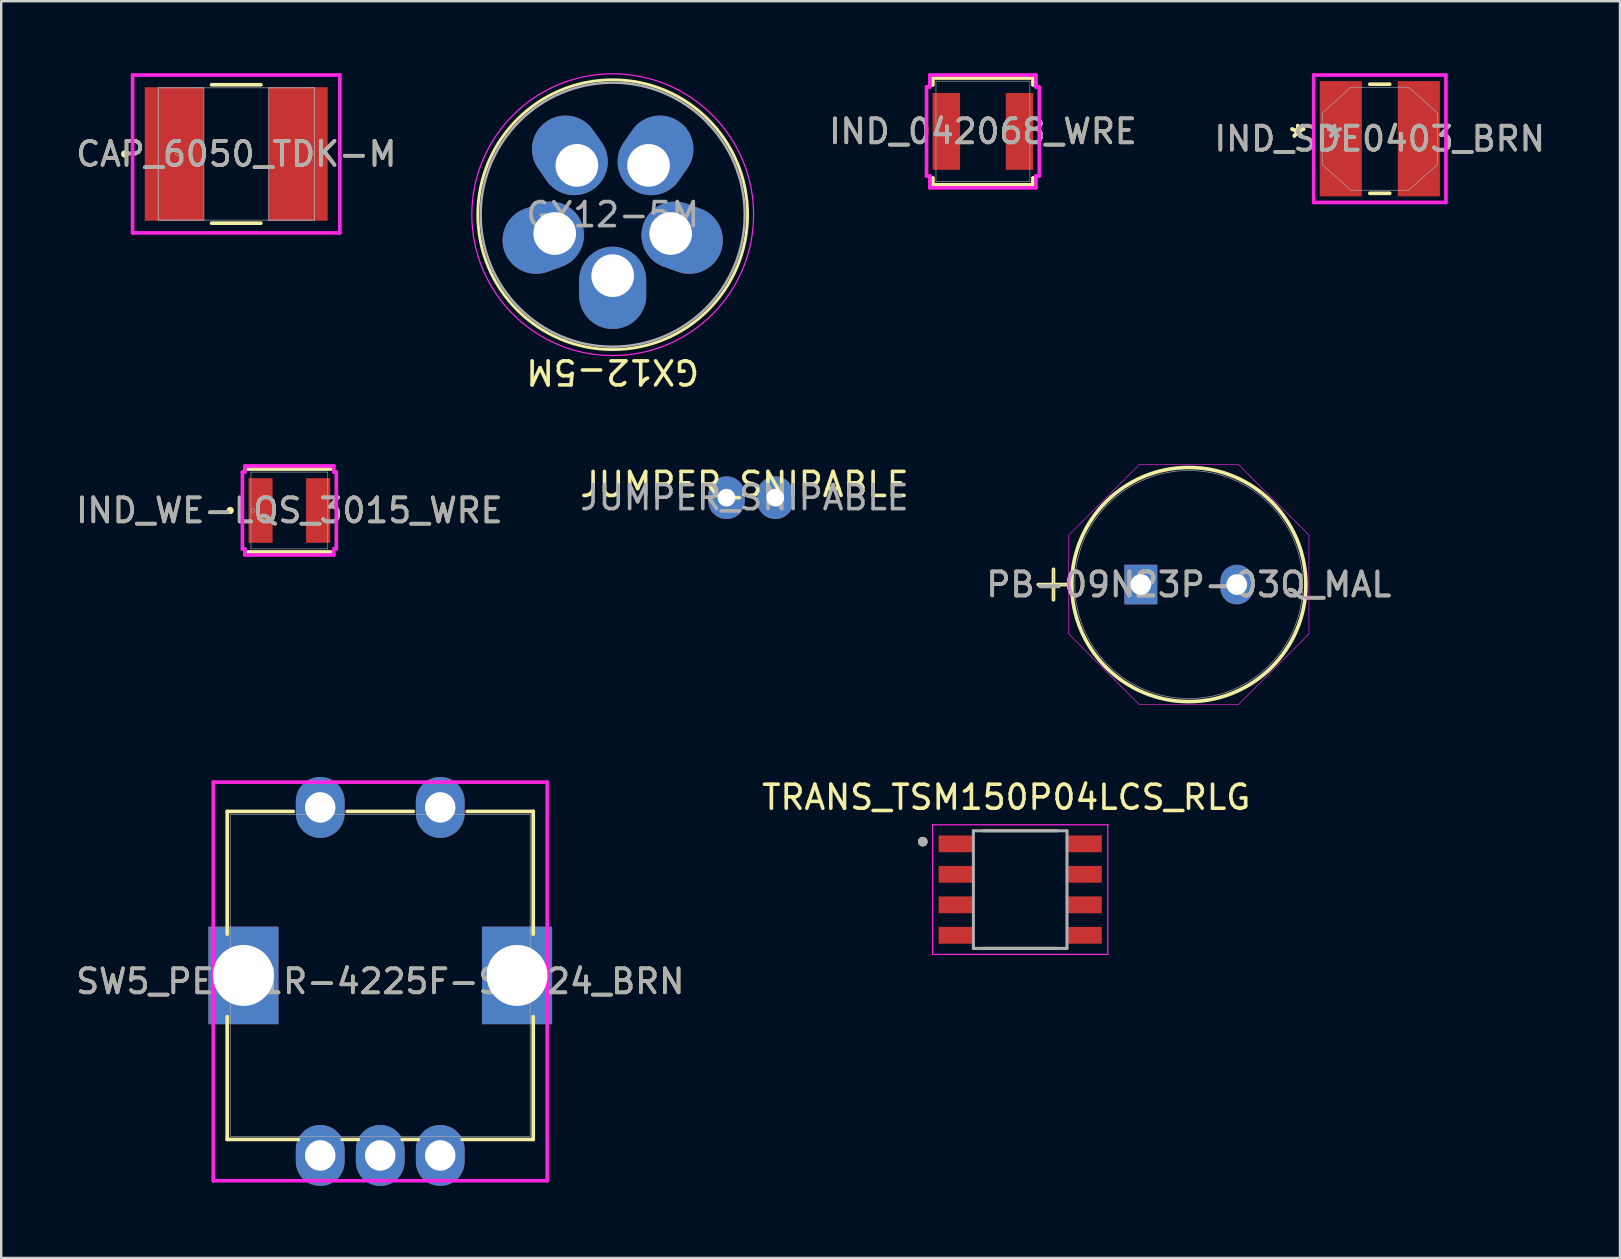
<source format=kicad_pcb>
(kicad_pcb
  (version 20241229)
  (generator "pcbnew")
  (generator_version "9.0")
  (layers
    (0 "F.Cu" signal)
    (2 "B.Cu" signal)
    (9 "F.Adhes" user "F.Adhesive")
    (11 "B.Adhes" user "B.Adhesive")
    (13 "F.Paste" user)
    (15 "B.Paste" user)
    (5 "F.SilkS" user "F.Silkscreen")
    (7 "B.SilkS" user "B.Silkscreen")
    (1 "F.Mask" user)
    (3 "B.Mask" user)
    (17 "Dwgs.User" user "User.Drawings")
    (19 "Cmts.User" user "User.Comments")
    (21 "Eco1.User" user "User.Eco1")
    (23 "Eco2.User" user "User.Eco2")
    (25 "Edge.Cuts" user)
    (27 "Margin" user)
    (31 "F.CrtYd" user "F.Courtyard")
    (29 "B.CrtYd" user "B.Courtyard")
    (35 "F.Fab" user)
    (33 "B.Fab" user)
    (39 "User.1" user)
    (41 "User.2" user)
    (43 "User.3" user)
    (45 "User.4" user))
  (footprint "CAP_6050_TDK-M"
    (layer "F.Cu")
    (at 6.792 3.365)
    (property "Reference" "CAP_6050_TDK-M" (at 0 0 0) (unlocked yes) (layer "F.SilkS") (effects (font (size 1 1) (thickness 0.15))))
    (attr smd)
    (fp_line (start -1.029 2.883) (end 1.029 2.883) (stroke (width 0.152) (type solid)) (layer "F.SilkS"))
    (fp_line (start 1.029 -2.883) (end -1.029 -2.883) (stroke (width 0.152) (type solid)) (layer "F.SilkS"))
    (fp_circle (center -4.648 0) (end -4.572 0) (stroke (width 0.152) (type solid)) (fill no) (layer "F.SilkS"))
    (fp_line (start -4.318 -3.289) (end 4.318 -3.289) (stroke (width 0.152) (type solid)) (layer "F.CrtYd"))
    (fp_line (start -4.318 3.289) (end -4.318 -3.289) (stroke (width 0.152) (type solid)) (layer "F.CrtYd"))
    (fp_line (start 4.318 -3.289) (end 4.318 3.289) (stroke (width 0.152) (type solid)) (layer "F.CrtYd"))
    (fp_line (start 4.318 3.289) (end -4.318 3.289) (stroke (width 0.152) (type solid)) (layer "F.CrtYd"))
    (fp_line (start -3.251 -2.756) (end -3.251 2.756) (stroke (width 0.025) (type solid)) (layer "F.Fab"))
    (fp_line (start -3.251 -2.756) (end -3.251 2.756) (stroke (width 0.025) (type solid)) (layer "F.Fab"))
    (fp_line (start -3.251 2.756) (end -1.346 2.756) (stroke (width 0.025) (type solid)) (layer "F.Fab"))
    (fp_line (start -3.251 2.756) (end 3.251 2.756) (stroke (width 0.025) (type solid)) (layer "F.Fab"))
    (fp_line (start -1.346 -2.756) (end -3.251 -2.756) (stroke (width 0.025) (type solid)) (layer "F.Fab"))
    (fp_line (start -1.346 2.756) (end -1.346 -2.756) (stroke (width 0.025) (type solid)) (layer "F.Fab"))
    (fp_line (start 1.346 -2.756) (end 1.346 2.756) (stroke (width 0.025) (type solid)) (layer "F.Fab"))
    (fp_line (start 1.346 2.756) (end 3.251 2.756) (stroke (width 0.025) (type solid)) (layer "F.Fab"))
    (fp_line (start 3.251 -2.756) (end -3.251 -2.756) (stroke (width 0.025) (type solid)) (layer "F.Fab"))
    (fp_line (start 3.251 -2.756) (end 1.346 -2.756) (stroke (width 0.025) (type solid)) (layer "F.Fab"))
    (fp_line (start 3.251 2.756) (end 3.251 -2.756) (stroke (width 0.025) (type solid)) (layer "F.Fab"))
    (fp_line (start 3.251 2.756) (end 3.251 -2.756) (stroke (width 0.025) (type solid)) (layer "F.Fab"))
    (fp_circle (center -2.451 0) (end -2.375 0) (stroke (width 0.025) (type solid)) (fill no) (layer "F.Fab"))
    (fp_text user "${REFERENCE}" (at 0 0 0) (unlocked yes) (layer "F.Fab") (effects (font (size 1 1) (thickness 0.15))))
    (pad "1" smd rect (at -2.578 0) (size 2.464 5.563) (layers "F.Cu" "F.Mask" "F.Paste"))
    (pad "2" smd rect (at 2.578 0) (size 2.464 5.563) (layers "F.Cu" "F.Mask" "F.Paste"))
    (zone (net_name "") (layer "F.Cu") (hatch full 0.508) (connect_pads) (min_thickness 0.254) (filled_areas_thickness no) (keepout (tracks not_allowed) (vias not_allowed) (pads allowed) (copperpour not_allowed) (footprints allowed)) (placement (enabled no)) (fill) (polygon (pts (xy 5.496 0.66) (xy 8.087 0.66) (xy 8.087 6.071) (xy 5.496 6.071)))))
  (footprint "IND_WE-LQS_3015_WRE"
    (layer "F.Cu")
    (at 9.006 18.219)
    (property "Reference" "IND_WE-LQS_3015_WRE" (at 0 0 0) (unlocked yes) (layer "F.SilkS") (effects (font (size 1 1) (thickness 0.15))))
    (attr smd)
    (fp_line (start -1.727 1.727) (end 1.727 1.727) (stroke (width 0.152) (type solid)) (layer "F.SilkS"))
    (fp_line (start 1.727 -1.727) (end -1.727 -1.727) (stroke (width 0.152) (type solid)) (layer "F.SilkS"))
    (fp_circle (center -2.464 0) (end -2.388 0) (stroke (width 0.152) (type solid)) (fill no) (layer "F.SilkS"))
    (fp_line (start -1.956 -1.6) (end -1.854 -1.6) (stroke (width 0.152) (type solid)) (layer "F.CrtYd"))
    (fp_line (start -1.956 1.6) (end -1.956 -1.6) (stroke (width 0.152) (type solid)) (layer "F.CrtYd"))
    (fp_line (start -1.854 -1.854) (end 1.854 -1.854) (stroke (width 0.152) (type solid)) (layer "F.CrtYd"))
    (fp_line (start -1.854 -1.6) (end -1.854 -1.854) (stroke (width 0.152) (type solid)) (layer "F.CrtYd"))
    (fp_line (start -1.854 1.6) (end -1.956 1.6) (stroke (width 0.152) (type solid)) (layer "F.CrtYd"))
    (fp_line (start -1.854 1.854) (end -1.854 1.6) (stroke (width 0.152) (type solid)) (layer "F.CrtYd"))
    (fp_line (start 1.854 -1.854) (end 1.854 -1.6) (stroke (width 0.152) (type solid)) (layer "F.CrtYd"))
    (fp_line (start 1.854 -1.6) (end 1.956 -1.6) (stroke (width 0.152) (type solid)) (layer "F.CrtYd"))
    (fp_line (start 1.854 1.6) (end 1.854 1.854) (stroke (width 0.152) (type solid)) (layer "F.CrtYd"))
    (fp_line (start 1.854 1.854) (end -1.854 1.854) (stroke (width 0.152) (type solid)) (layer "F.CrtYd"))
    (fp_line (start 1.956 -1.6) (end 1.956 1.6) (stroke (width 0.152) (type solid)) (layer "F.CrtYd"))
    (fp_line (start 1.956 1.6) (end 1.854 1.6) (stroke (width 0.152) (type solid)) (layer "F.CrtYd"))
    (fp_line (start -1.6 -1.6) (end -1.6 1.6) (stroke (width 0.025) (type solid)) (layer "F.Fab"))
    (fp_line (start -1.6 1.6) (end 1.6 1.6) (stroke (width 0.025) (type solid)) (layer "F.Fab"))
    (fp_line (start 1.6 -1.6) (end -1.6 -1.6) (stroke (width 0.025) (type solid)) (layer "F.Fab"))
    (fp_line (start 1.6 1.6) (end 1.6 -1.6) (stroke (width 0.025) (type solid)) (layer "F.Fab"))
    (fp_circle (center -1.524 0) (end -1.448 0) (stroke (width 0.025) (type solid)) (fill no) (layer "F.Fab"))
    (fp_text user "${REFERENCE}" (at 0 0 0) (unlocked yes) (layer "F.Fab") (effects (font (size 1 1) (thickness 0.15))))
    (pad "1" smd rect (at -1.2 0) (size 1.003 2.692) (layers "F.Cu" "F.Mask" "F.Paste"))
    (pad "2" smd rect (at 1.2 0) (size 1.003 2.692) (layers "F.Cu" "F.Mask" "F.Paste"))
    (zone (net_name "") (layer "F.Cu") (hatch full 0.508) (connect_pads) (min_thickness 0.254) (filled_areas_thickness no) (keepout (tracks not_allowed) (vias not_allowed) (pads allowed) (copperpour not_allowed) (footprints allowed)) (placement (enabled no)) (fill) (polygon (pts (xy 8.358 16.669) (xy 9.654 16.669) (xy 9.654 19.768) (xy 8.358 19.768)))))
  (footprint "GX12-5M"
    (layer "F.Cu")
    (at 22.478 5.895)
    (property "Reference" "GX12-5M" (at 0 6.545 180) (unlocked yes) (layer "F.SilkS") (effects (font (size 1 1) (thickness 0.15))))
    (fp_circle (center 0 0) (end 0 -5.62) (stroke (width 0.12) (type default)) (fill no) (layer "F.SilkS"))
    (fp_circle (center 0 0) (end 0 -5.87) (stroke (width 0.05) (type default)) (fill no) (layer "F.CrtYd"))
    (fp_circle (center 0 0) (end 0 -5.5) (stroke (width 0.1) (type default)) (fill no) (layer "F.Fab"))
    (fp_text user "${REFERENCE}" (at 0 0 180) (layer "F.Fab") (effects (font (size 1 1) (thickness 0.15))))
    (pad "1" thru_hole oval (at 1.493 -2.055 145) (size 2.794 3.429) (drill 1.778 (offset 0 0.508)) (layers "*.Cu" "*.Mask"))
    (pad "2" thru_hole oval (at 2.416 0.785 70) (size 2.794 3.429) (drill 1.778 (offset 0 0.508)) (layers "*.Cu" "*.Mask"))
    (pad "3" thru_hole oval (at 0 2.54) (size 2.794 3.429) (drill 1.778 (offset 0 0.508)) (layers "*.Cu" "*.Mask"))
    (pad "4" thru_hole oval (at -2.416 0.785 290) (size 2.794 3.429) (drill 1.778 (offset 0 0.508)) (layers "*.Cu" "*.Mask"))
    (pad "5" thru_hole oval (at -1.493 -2.055 215) (size 2.794 3.429) (drill 1.778 (offset 0 0.508)) (layers "*.Cu" "*.Mask")))
  (footprint "TRANS_TSM150P04LCS_RLG"
    (layer "F.Cu")
    (at 39.456 34.014)
    (property "Reference" "TRANS_TSM150P04LCS_RLG" (at -0.581 -3.845 0) (layer "F.SilkS") (effects (font (size 1 1) (thickness 0.15))))
    (attr smd)
    (fp_line (start -1.55 -2.45) (end 1.55 -2.45) (stroke (width 0.127) (type solid)) (layer "F.SilkS"))
    (fp_line (start -1.55 2.45) (end 1.55 2.45) (stroke (width 0.127) (type solid)) (layer "F.SilkS"))
    (fp_circle (center -4.059 -1.997) (end -3.959 -1.997) (stroke (width 0.2) (type solid)) (fill no) (layer "F.SilkS"))
    (fp_line (start -3.65 -2.7) (end -3.65 2.7) (stroke (width 0.05) (type solid)) (layer "F.CrtYd"))
    (fp_line (start -3.65 -2.7) (end 3.65 -2.7) (stroke (width 0.05) (type solid)) (layer "F.CrtYd"))
    (fp_line (start -3.65 2.7) (end 3.65 2.7) (stroke (width 0.05) (type solid)) (layer "F.CrtYd"))
    (fp_line (start 3.65 -2.7) (end 3.65 2.7) (stroke (width 0.05) (type solid)) (layer "F.CrtYd"))
    (fp_line (start -1.95 -2.45) (end -1.95 2.45) (stroke (width 0.127) (type solid)) (layer "F.Fab"))
    (fp_line (start -1.95 -2.45) (end 1.95 -2.45) (stroke (width 0.127) (type solid)) (layer "F.Fab"))
    (fp_line (start -1.95 2.45) (end 1.95 2.45) (stroke (width 0.127) (type solid)) (layer "F.Fab"))
    (fp_line (start 1.95 -2.45) (end 1.95 2.45) (stroke (width 0.127) (type solid)) (layer "F.Fab"))
    (fp_circle (center -4.059 -1.997) (end -3.959 -1.997) (stroke (width 0.2) (type solid)) (fill no) (layer "F.Fab"))
    (pad "1" smd rect (at -2.65 -1.905) (size 1.5 0.7) (layers "F.Cu" "F.Mask" "F.Paste"))
    (pad "2" smd rect (at -2.65 -0.635) (size 1.5 0.7) (layers "F.Cu" "F.Mask" "F.Paste"))
    (pad "3" smd rect (at -2.65 0.635) (size 1.5 0.7) (layers "F.Cu" "F.Mask" "F.Paste"))
    (pad "4" smd rect (at -2.65 1.905) (size 1.5 0.7) (layers "F.Cu" "F.Mask" "F.Paste"))
    (pad "5" smd rect (at 2.65 1.905) (size 1.5 0.7) (layers "F.Cu" "F.Mask" "F.Paste"))
    (pad "6" smd rect (at 2.65 0.635) (size 1.5 0.7) (layers "F.Cu" "F.Mask" "F.Paste"))
    (pad "7" smd rect (at 2.65 -0.635) (size 1.5 0.7) (layers "F.Cu" "F.Mask" "F.Paste"))
    (pad "8" smd rect (at 2.65 -1.905) (size 1.5 0.7) (layers "F.Cu" "F.Mask" "F.Paste")))
  (footprint "PB-09N23P-03Q_MAL"
    (layer "F.Cu")
    (at 44.482 21.305)
    (property "Reference" "PB-09N23P-03Q_MAL" (at 2 0 0) (unlocked yes) (layer "F.SilkS") (effects (font (size 1 1) (thickness 0.15))))
    (attr through_hole)
    (fp_line (start -4.274 0) (end -3.004 0) (stroke (width 0.152) (type solid)) (layer "F.SilkS"))
    (fp_line (start -3.639 -0.635) (end -3.639 0.635) (stroke (width 0.152) (type solid)) (layer "F.SilkS"))
    (fp_circle (center 2 0) (end 6.877 0) (stroke (width 0.152) (type solid)) (fill no) (layer "F.SilkS"))
    (fp_line (start -3.004 -2.06) (end -0.06 -5.004) (stroke (width 0.025) (type solid)) (layer "F.CrtYd"))
    (fp_line (start -3.004 2.06) (end -3.004 -2.06) (stroke (width 0.025) (type solid)) (layer "F.CrtYd"))
    (fp_line (start -0.06 -5.004) (end 4.06 -5.004) (stroke (width 0.025) (type solid)) (layer "F.CrtYd"))
    (fp_line (start -0.06 5.004) (end -3.004 2.06) (stroke (width 0.025) (type solid)) (layer "F.CrtYd"))
    (fp_line (start 4.06 -5.004) (end 7.004 -2.06) (stroke (width 0.025) (type solid)) (layer "F.CrtYd"))
    (fp_line (start 4.06 5.004) (end -0.06 5.004) (stroke (width 0.025) (type solid)) (layer "F.CrtYd"))
    (fp_line (start 7.004 -2.06) (end 7.004 2.06) (stroke (width 0.025) (type solid)) (layer "F.CrtYd"))
    (fp_line (start 7.004 2.06) (end 4.06 5.004) (stroke (width 0.025) (type solid)) (layer "F.CrtYd"))
    (fp_line (start -4.274 0) (end -3.004 0) (stroke (width 0.025) (type solid)) (layer "F.Fab"))
    (fp_line (start -3.639 -0.635) (end -3.639 0.635) (stroke (width 0.025) (type solid)) (layer "F.Fab"))
    (fp_circle (center 2 0) (end 6.75 0) (stroke (width 0.025) (type solid)) (fill no) (layer "F.Fab"))
    (fp_text user "${REFERENCE}" (at 2 0 0) (unlocked yes) (layer "F.Fab") (effects (font (size 1 1) (thickness 0.15))))
    (pad "1" thru_hole rect (at 0 0) (size 1.372 1.651) (drill 0.864) (layers "*.Cu" "*.Mask"))
    (pad "2" thru_hole oval (at 4 0) (size 1.372 1.651) (drill 0.864) (layers "*.Cu" "*.Mask")))
  (footprint "JUMPER_SNIPABLE"
    (layer "F.Cu")
    (at 27.22 17.686)
    (property "Reference" "JUMPER_SNIPABLE" (at 0.75 -0.55 0) (unlocked yes) (layer "F.SilkS") (effects (font (size 1 1) (thickness 0.15))))
    (attr through_hole)
    (fp_text user "${REFERENCE}" (at 0.75 0 0) (unlocked yes) (layer "F.Fab") (effects (font (size 1 1) (thickness 0.15))))
    (pad "1" thru_hole oval (at -0.000001 0) (size 1.524 1.778) (drill 0.737) (layers "*.Cu" "*.Mask"))
    (pad "2" thru_hole oval (at 2.032 0) (size 1.524 1.778) (drill 0.737) (layers "*.Cu" "*.Mask")))
  (footprint "IND_042068_WRE"
    (layer "F.Cu")
    (at 37.903 2.426)
    (property "Reference" "IND_042068_WRE" (at 0 0 0) (unlocked yes) (layer "F.SilkS") (effects (font (size 1 1) (thickness 0.15))))
    (attr smd)
    (fp_line (start -2.083 -2.223) (end -2.083 -1.933) (stroke (width 0.152) (type solid)) (layer "F.SilkS"))
    (fp_line (start -2.083 1.933) (end -2.083 2.223) (stroke (width 0.152) (type solid)) (layer "F.SilkS"))
    (fp_line (start -2.083 2.223) (end 2.083 2.223) (stroke (width 0.152) (type solid)) (layer "F.SilkS"))
    (fp_line (start 2.083 -2.223) (end -2.083 -2.223) (stroke (width 0.152) (type solid)) (layer "F.SilkS"))
    (fp_line (start 2.083 -1.933) (end 2.083 -2.223) (stroke (width 0.152) (type solid)) (layer "F.SilkS"))
    (fp_line (start 2.083 2.223) (end 2.083 1.933) (stroke (width 0.152) (type solid)) (layer "F.SilkS"))
    (fp_line (start -2.349 -1.854) (end -2.21 -1.854) (stroke (width 0.152) (type solid)) (layer "F.CrtYd"))
    (fp_line (start -2.349 1.854) (end -2.349 -1.854) (stroke (width 0.152) (type solid)) (layer "F.CrtYd"))
    (fp_line (start -2.21 -2.349) (end 2.21 -2.349) (stroke (width 0.152) (type solid)) (layer "F.CrtYd"))
    (fp_line (start -2.21 -1.854) (end -2.21 -2.349) (stroke (width 0.152) (type solid)) (layer "F.CrtYd"))
    (fp_line (start -2.21 1.854) (end -2.349 1.854) (stroke (width 0.152) (type solid)) (layer "F.CrtYd"))
    (fp_line (start -2.21 2.349) (end -2.21 1.854) (stroke (width 0.152) (type solid)) (layer "F.CrtYd"))
    (fp_line (start 2.21 -2.349) (end 2.21 -1.854) (stroke (width 0.152) (type solid)) (layer "F.CrtYd"))
    (fp_line (start 2.21 -1.854) (end 2.349 -1.854) (stroke (width 0.152) (type solid)) (layer "F.CrtYd"))
    (fp_line (start 2.21 1.854) (end 2.21 2.349) (stroke (width 0.152) (type solid)) (layer "F.CrtYd"))
    (fp_line (start 2.21 2.349) (end -2.21 2.349) (stroke (width 0.152) (type solid)) (layer "F.CrtYd"))
    (fp_line (start 2.349 -1.854) (end 2.349 1.854) (stroke (width 0.152) (type solid)) (layer "F.CrtYd"))
    (fp_line (start 2.349 1.854) (end 2.21 1.854) (stroke (width 0.152) (type solid)) (layer "F.CrtYd"))
    (fp_line (start -1.956 -2.095) (end -1.956 2.095) (stroke (width 0.025) (type solid)) (layer "F.Fab"))
    (fp_line (start -1.956 2.095) (end 1.956 2.095) (stroke (width 0.025) (type solid)) (layer "F.Fab"))
    (fp_line (start 1.956 -2.095) (end -1.956 -2.095) (stroke (width 0.025) (type solid)) (layer "F.Fab"))
    (fp_line (start 1.956 2.095) (end 1.956 -2.095) (stroke (width 0.025) (type solid)) (layer "F.Fab"))
    (fp_circle (center -1.88 0) (end -1.88 0) (stroke (width 0.025) (type solid)) (fill no) (layer "F.Fab"))
    (fp_text user "${REFERENCE}" (at 0 0 0) (unlocked yes) (layer "F.Fab") (effects (font (size 1 1) (thickness 0.15))))
    (pad "1" smd rect (at -1.524 0) (size 1.143 3.2) (layers "F.Cu" "F.Mask" "F.Paste"))
    (pad "2" smd rect (at 1.524 0) (size 1.143 3.2) (layers "F.Cu" "F.Mask" "F.Paste"))
    (zone (net_name "") (layer "F.Cu") (hatch full 0.508) (connect_pads) (min_thickness 0.254) (filled_areas_thickness no) (keepout (tracks not_allowed) (vias not_allowed) (pads allowed) (copperpour not_allowed) (footprints allowed)) (placement (enabled no)) (fill) (polygon (pts (xy 37.001 0.381) (xy 38.805 0.381) (xy 38.805 4.47) (xy 37.001 4.47)))))
  (footprint "IND_SDE0403_BRN"
    (layer "F.Cu")
    (at 54.439 2.731)
    (property "Reference" "IND_SDE0403_BRN" (at 0 0 0) (unlocked yes) (layer "F.SilkS") (effects (font (size 1 1) (thickness 0.15))))
    (attr smd)
    (fp_line (start -0.416 2.273) (end 0.416 2.273) (stroke (width 0.152) (type solid)) (layer "F.SilkS"))
    (fp_line (start 0.416 -2.273) (end -0.416 -2.273) (stroke (width 0.152) (type solid)) (layer "F.SilkS"))
    (fp_line (start -2.755 -2.654) (end 2.755 -2.654) (stroke (width 0.152) (type solid)) (layer "F.CrtYd"))
    (fp_line (start -2.755 2.654) (end -2.755 -2.654) (stroke (width 0.152) (type solid)) (layer "F.CrtYd"))
    (fp_line (start 2.755 -2.654) (end 2.755 2.654) (stroke (width 0.152) (type solid)) (layer "F.CrtYd"))
    (fp_line (start 2.755 2.654) (end -2.755 2.654) (stroke (width 0.152) (type solid)) (layer "F.CrtYd"))
    (fp_line (start -2.4 -1.073) (end -2.4 1.073) (stroke (width 0.025) (type solid)) (layer "F.Fab"))
    (fp_line (start -2.4 1.073) (end -1.2 2.146) (stroke (width 0.025) (type solid)) (layer "F.Fab"))
    (fp_line (start -1.2 -2.146) (end -2.4 -1.073) (stroke (width 0.025) (type solid)) (layer "F.Fab"))
    (fp_line (start -1.2 2.146) (end 1.2 2.146) (stroke (width 0.025) (type solid)) (layer "F.Fab"))
    (fp_line (start 1.2 -2.146) (end -1.2 -2.146) (stroke (width 0.025) (type solid)) (layer "F.Fab"))
    (fp_line (start 1.2 2.146) (end 2.4 1.073) (stroke (width 0.025) (type solid)) (layer "F.Fab"))
    (fp_line (start 2.4 -1.073) (end 1.2 -2.146) (stroke (width 0.025) (type solid)) (layer "F.Fab"))
    (fp_line (start 2.4 1.073) (end 2.4 -1.073) (stroke (width 0.025) (type solid)) (layer "F.Fab"))
    (fp_text user "*" (at -3.416 0 0) (unlocked yes) (layer "F.SilkS") (effects (font (size 1 1) (thickness 0.15))))
    (fp_text user "*" (at -3.416 0 0) (layer "F.SilkS") (effects (font (size 1 1) (thickness 0.15))))
    (fp_text user "${REFERENCE}" (at 0 0 0) (unlocked yes) (layer "F.Fab") (effects (font (size 1 1) (thickness 0.15))))
    (fp_text user "*" (at -1.892 0 0) (layer "F.Fab") (effects (font (size 1 1) (thickness 0.15))))
    (fp_text user "*" (at -1.892 0 0) (unlocked yes) (layer "F.Fab") (effects (font (size 1 1) (thickness 0.15))))
    (pad "1" smd rect (at -1.625 0) (size 1.753 4.801) (layers "F.Cu" "F.Mask" "F.Paste"))
    (pad "2" smd rect (at 1.625 0) (size 1.753 4.801) (layers "F.Cu" "F.Mask" "F.Paste")))
  (footprint "SW5_PEC11R-4225F-S0024_BRN"
    (layer "F.Cu")
    (at 12.792 37.591)
    (property "Reference" "SW5_PEC11R-4225F-S0024_BRN" (at 0 0.25 0) (unlocked yes) (layer "F.SilkS") (effects (font (size 1 1) (thickness 0.15))))
    (attr smd)
    (fp_line (start -6.375 -6.833) (end -6.375 -1.717) (stroke (width 0.152) (type solid)) (layer "F.SilkS"))
    (fp_line (start -6.375 1.717) (end -6.375 6.833) (stroke (width 0.152) (type solid)) (layer "F.SilkS"))
    (fp_line (start -6.375 6.833) (end -3.415 6.833) (stroke (width 0.152) (type solid)) (layer "F.SilkS"))
    (fp_line (start -3.62 -6.833) (end -6.375 -6.833) (stroke (width 0.152) (type solid)) (layer "F.SilkS"))
    (fp_line (start -1.585 6.833) (end -0.915 6.833) (stroke (width 0.152) (type solid)) (layer "F.SilkS"))
    (fp_line (start 0.915 6.833) (end 1.585 6.833) (stroke (width 0.152) (type solid)) (layer "F.SilkS"))
    (fp_line (start 1.38 -6.833) (end -1.38 -6.833) (stroke (width 0.152) (type solid)) (layer "F.SilkS"))
    (fp_line (start 3.415 6.833) (end 6.375 6.833) (stroke (width 0.152) (type solid)) (layer "F.SilkS"))
    (fp_line (start 6.375 -6.833) (end 3.62 -6.833) (stroke (width 0.152) (type solid)) (layer "F.SilkS"))
    (fp_line (start 6.375 -1.717) (end 6.375 -6.833) (stroke (width 0.152) (type solid)) (layer "F.SilkS"))
    (fp_line (start 6.375 6.833) (end 6.375 1.717) (stroke (width 0.152) (type solid)) (layer "F.SilkS"))
    (fp_line (start -6.957 -8.054) (end -6.957 8.554) (stroke (width 0.152) (type solid)) (layer "F.CrtYd"))
    (fp_line (start -6.957 8.554) (end 6.957 8.554) (stroke (width 0.152) (type solid)) (layer "F.CrtYd"))
    (fp_line (start 6.957 -8.054) (end -6.957 -8.054) (stroke (width 0.152) (type solid)) (layer "F.CrtYd"))
    (fp_line (start 6.957 8.554) (end 6.957 -8.054) (stroke (width 0.152) (type solid)) (layer "F.CrtYd"))
    (fp_line (start -6.248 -6.706) (end -6.248 6.706) (stroke (width 0.025) (type solid)) (layer "F.Fab"))
    (fp_line (start -6.248 6.706) (end 6.248 6.706) (stroke (width 0.025) (type solid)) (layer "F.Fab"))
    (fp_line (start 6.248 -6.706) (end -6.248 -6.706) (stroke (width 0.025) (type solid)) (layer "F.Fab"))
    (fp_line (start 6.248 6.706) (end 6.248 -6.706) (stroke (width 0.025) (type solid)) (layer "F.Fab"))
    (fp_text user "${REFERENCE}" (at 0 0.25 0) (unlocked yes) (layer "F.Fab") (effects (font (size 1 1) (thickness 0.15))))
    (pad "1" thru_hole oval (at -2.5 -7) (size 2.032 2.54) (drill 1.27) (layers "*.Cu" "*.Mask"))
    (pad "2" thru_hole oval (at 2.5 -7) (size 2.032 2.54) (drill 1.27) (layers "*.Cu" "*.Mask"))
    (pad "3" thru_hole oval (at -2.5 7.5) (size 2.032 2.54) (drill 1.27) (layers "*.Cu" "*.Mask"))
    (pad "4" thru_hole oval (at 0 7.5) (size 2.032 2.54) (drill 1.27) (layers "*.Cu" "*.Mask"))
    (pad "5" thru_hole oval (at 2.5 7.5) (size 2.032 2.54) (drill 1.27) (layers "*.Cu" "*.Mask"))
    (pad "6" thru_hole rect (at -5.7 0.000013) (size 2.921 4.064) (drill 2.54) (layers "*.Cu" "*.Mask"))
    (pad "7" thru_hole rect (at 5.7 0.000013) (size 2.921 4.064) (drill 2.54) (layers "*.Cu" "*.Mask")))
  (gr_rect
    (start -3 -3)
    (end 64.445 49.361)
    (stroke (width 0.1) (type default))
    (fill no)
    (layer "Edge.Cuts")))
</source>
